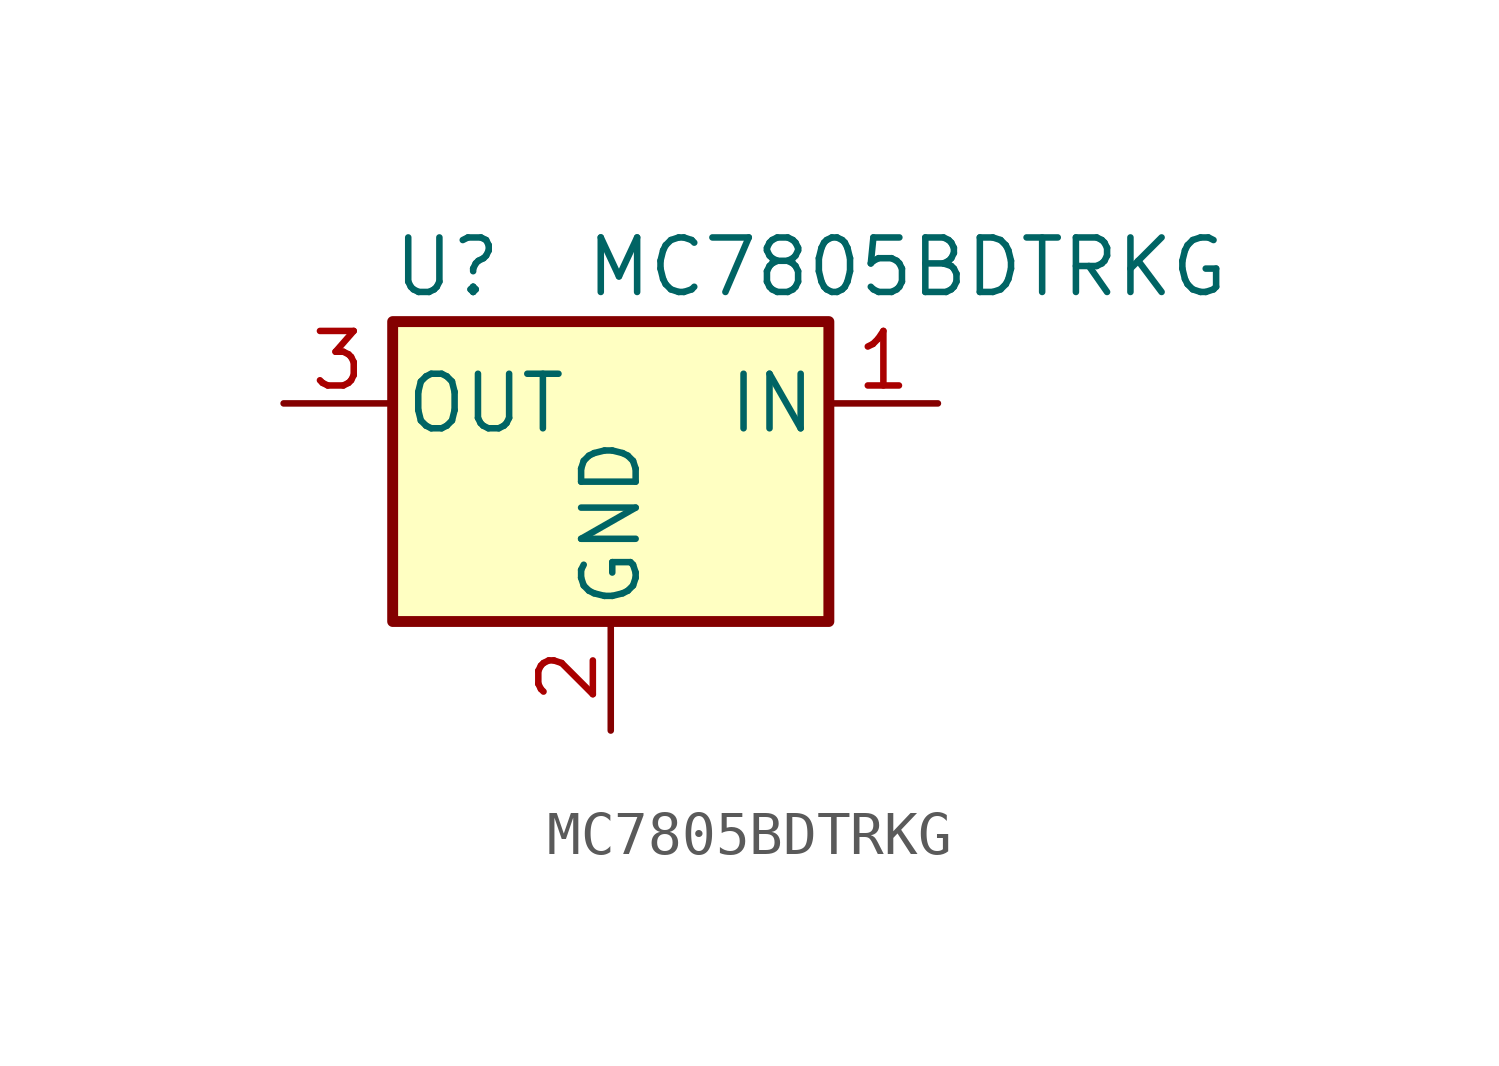
<source format=kicad_sym>
(kicad_symbol_lib
  (version 20220914)
  (generator kicad_symbol_editor)
  (symbol "MC7805BDTRKG"
    (pin_names
      (offset 0.254))
    (property "Reference" "U"
      (at -3.81 3.175 0)
      (effects (font (size 1.27 1.27))))
    (property "Value" "MC7805BDTRKG"
      (at -0.635 3.175 0)
      (effects (font (size 1.27 1.27)) (justify left)))
    (symbol "MC7805BDTRKG_0_1"
      (rectangle (start -5.08 1.905) (end 5.08 -5.08) (stroke (width 0.254) (type default)) (fill (type background))))
    (symbol "MC7805BDTRKG_1_1"
      (pin power_out line (at 7.62 0 180) (length 2.54) (name "IN" (effects (font (size 1.27 1.27)))) (number "1" (effects (font (size 1.27 1.27)))))
      (pin power_in line (at 0 -7.62 90) (length 2.54) (name "GND" (effects (font (size 1.27 1.27)))) (number "2" (effects (font (size 1.27 1.27)))))
      (pin power_in line (at -7.62 0 0) (length 2.54) (name "OUT" (effects (font (size 1.27 1.27)))) (number "3" (effects (font (size 1.27 1.27))))))))
</source>
